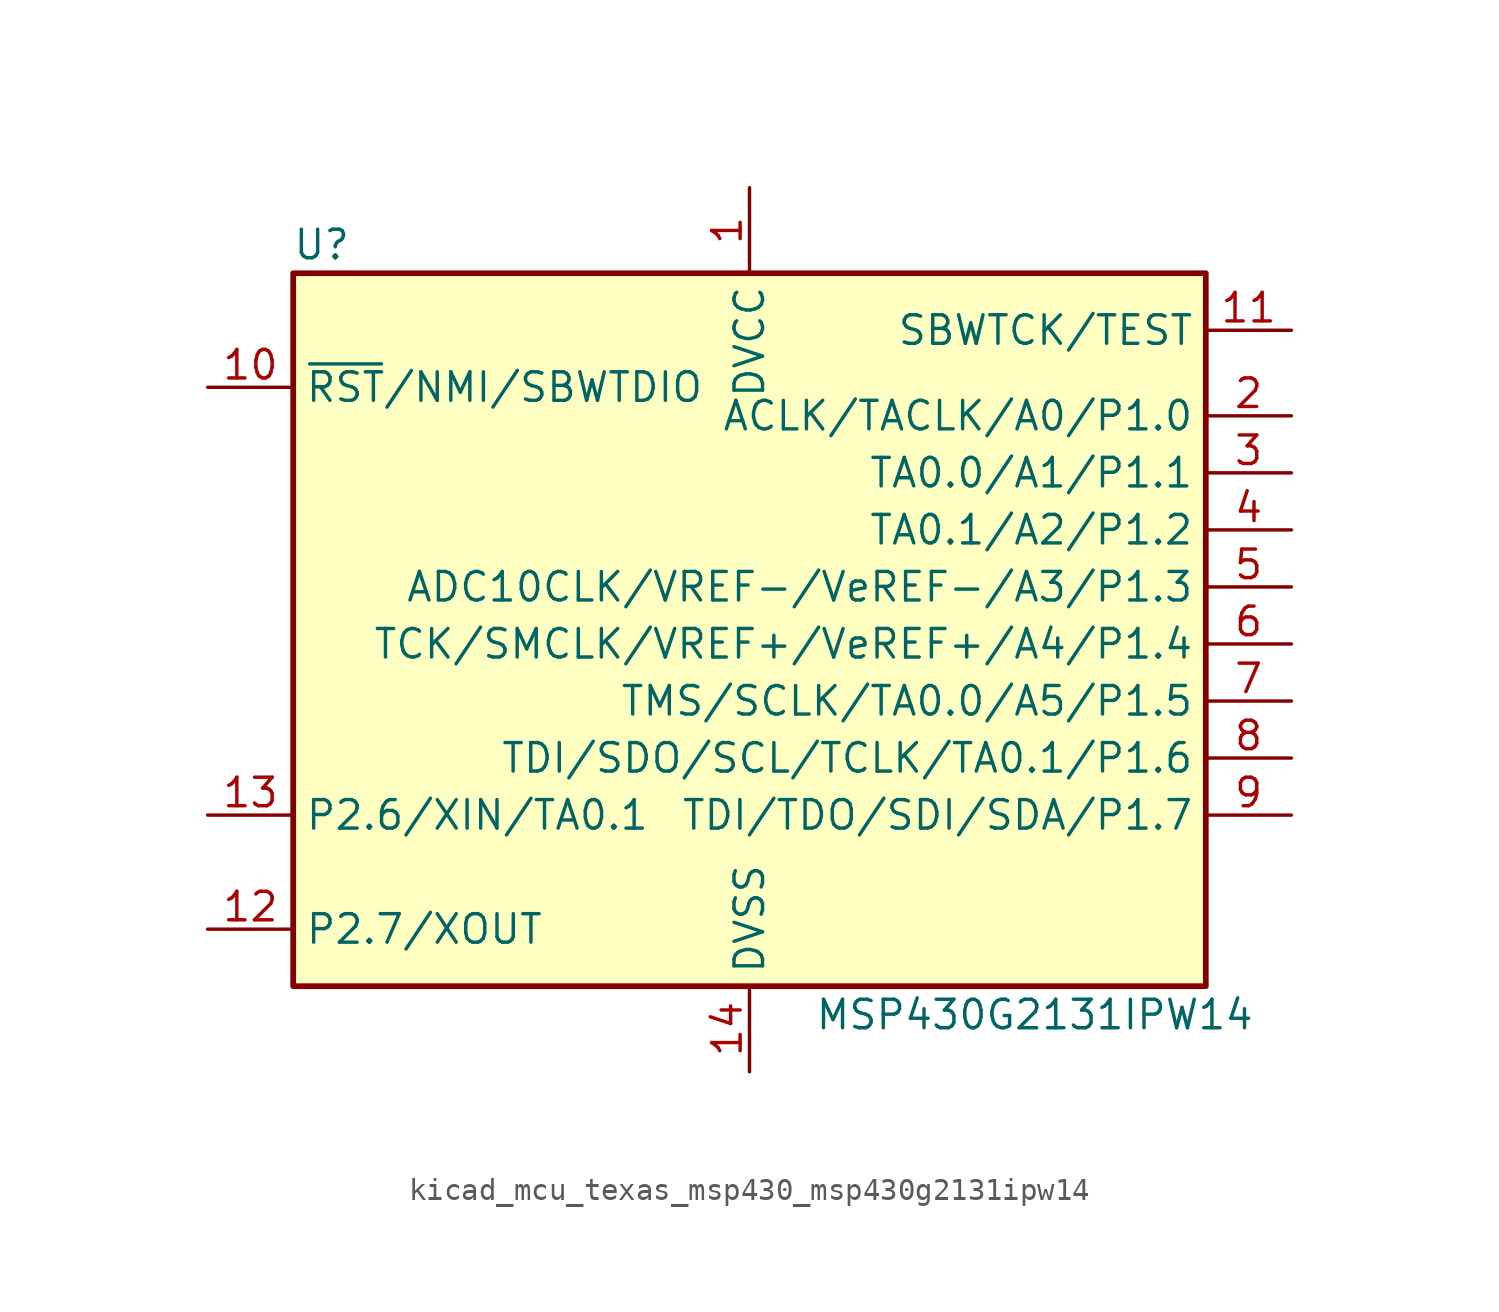
<source format=kicad_sym>
(kicad_symbol_lib
  (version 20220914)
  (generator kicad_symbol_editor)
  (symbol "kicad_mcu_texas_msp430_msp430g2131ipw14"
    (property "Reference" "U"
      (at -19.05 17.78 0)
      (effects (font (size 1.27 1.27))))
    (property "Value" "MSP430G2131IPW14"
      (at 12.7 -16.51 0)
      (effects (font (size 1.27 1.27))))
    (symbol "kicad_mcu_texas_msp430_msp430g2131ipw14_0_1"
      (rectangle (start -20.32 16.51) (end 20.32 -15.24) (stroke (width 0.254) (type default)) (fill (type background))))
    (symbol "kicad_mcu_texas_msp430_msp430g2131ipw14_1_1"
      (pin power_in line (at 0 20.32 270) (length 3.81) (name "DVCC" (effects (font (size 1.27 1.27)))) (number "1" (effects (font (size 1.27 1.27)))))
      (pin input line (at -24.13 11.43 0) (length 3.81) (name "~{RST}/NMI/SBWTDIO" (effects (font (size 1.27 1.27)))) (number "10" (effects (font (size 1.27 1.27)))))
      (pin input line (at 24.13 13.97 180) (length 3.81) (name "SBWTCK/TEST" (effects (font (size 1.27 1.27)))) (number "11" (effects (font (size 1.27 1.27)))))
      (pin bidirectional line (at -24.13 -12.7 0) (length 3.81) (name "P2.7/XOUT" (effects (font (size 1.27 1.27)))) (number "12" (effects (font (size 1.27 1.27)))))
      (pin bidirectional line (at -24.13 -7.62 0) (length 3.81) (name "P2.6/XIN/TA0.1" (effects (font (size 1.27 1.27)))) (number "13" (effects (font (size 1.27 1.27)))))
      (pin power_in line (at 0 -19.05 90) (length 3.81) (name "DVSS" (effects (font (size 1.27 1.27)))) (number "14" (effects (font (size 1.27 1.27)))))
      (pin bidirectional line (at 24.13 10.16 180) (length 3.81) (name "ACLK/TACLK/A0/P1.0" (effects (font (size 1.27 1.27)))) (number "2" (effects (font (size 1.27 1.27)))))
      (pin bidirectional line (at 24.13 7.62 180) (length 3.81) (name "TA0.0/A1/P1.1" (effects (font (size 1.27 1.27)))) (number "3" (effects (font (size 1.27 1.27)))))
      (pin bidirectional line (at 24.13 5.08 180) (length 3.81) (name "TA0.1/A2/P1.2" (effects (font (size 1.27 1.27)))) (number "4" (effects (font (size 1.27 1.27)))))
      (pin bidirectional line (at 24.13 2.54 180) (length 3.81) (name "ADC10CLK/VREF-/VeREF-/A3/P1.3" (effects (font (size 1.27 1.27)))) (number "5" (effects (font (size 1.27 1.27)))))
      (pin bidirectional line (at 24.13 0 180) (length 3.81) (name "TCK/SMCLK/VREF+/VeREF+/A4/P1.4" (effects (font (size 1.27 1.27)))) (number "6" (effects (font (size 1.27 1.27)))))
      (pin bidirectional line (at 24.13 -2.54 180) (length 3.81) (name "TMS/SCLK/TA0.0/A5/P1.5" (effects (font (size 1.27 1.27)))) (number "7" (effects (font (size 1.27 1.27)))))
      (pin bidirectional line (at 24.13 -5.08 180) (length 3.81) (name "TDI/SDO/SCL/TCLK/TA0.1/P1.6" (effects (font (size 1.27 1.27)))) (number "8" (effects (font (size 1.27 1.27)))))
      (pin bidirectional line (at 24.13 -7.62 180) (length 3.81) (name "TDI/TDO/SDI/SDA/P1.7" (effects (font (size 1.27 1.27)))) (number "9" (effects (font (size 1.27 1.27))))))))
</source>
